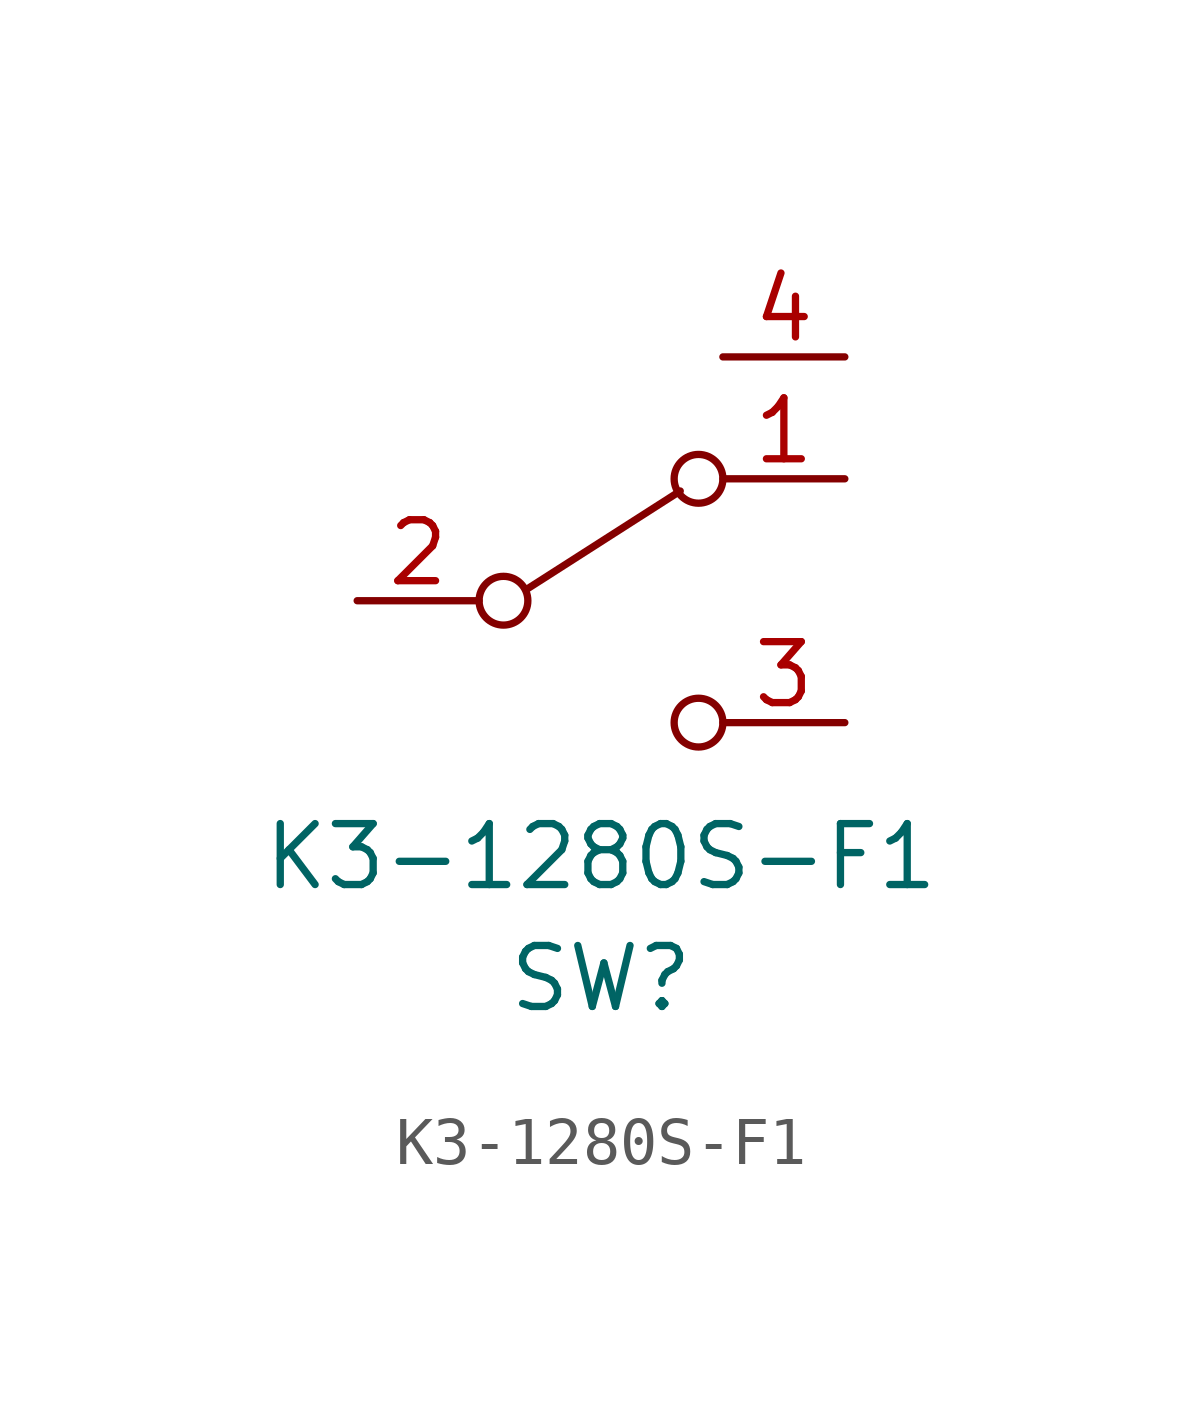
<source format=kicad_sym>
(kicad_symbol_lib
  (version 20241209)
  (generator "kicad_symbol_editor")
  (generator_version "9.0")
  (symbol "K3-1280S-F1"
    (pin_names
      (offset 0)
      (hide yes))
    (property "Reference" "SW"
      (at 0 -7.874 0)
      (effects (font (size 1.27 1.27))))
    (property "Value" "K3-1280S-F1"
      (at 0 -5.334 0)
      (effects (font (size 1.27 1.27))))
    (symbol "K3-1280S-F1_0_0"
      (circle (center -2.032 0) (radius 0.508) (stroke (width 0) (type default)) (fill (type none)))
      (circle (center 2.032 -2.54) (radius 0.508) (stroke (width 0) (type default)) (fill (type none))))
    (symbol "K3-1280S-F1_0_1"
      (polyline (pts (xy -1.524 0.254) (xy 1.651 2.286)) (stroke (width 0) (type default)) (fill (type none)))
      (circle (center 2.032 2.54) (radius 0.508) (stroke (width 0) (type default)) (fill (type none))))
    (symbol "K3-1280S-F1_1_1"
      (pin passive line (at -5.08 0 0) (length 2.54) (name "B" (effects (font (size 1.27 1.27)))) (number "2" (effects (font (size 1.27 1.27)))))
      (pin input line (at 5.08 5.08 180) (length 2.54) (name "4" (effects (font (size 1.27 1.27)))) (number "4" (effects (font (size 1.27 1.27)))))
      (pin passive line (at 5.08 2.54 180) (length 2.54) (name "A" (effects (font (size 1.27 1.27)))) (number "1" (effects (font (size 1.27 1.27)))))
      (pin passive line (at 5.08 -2.54 180) (length 2.54) (name "C" (effects (font (size 1.27 1.27)))) (number "3" (effects (font (size 1.27 1.27))))))))
</source>
